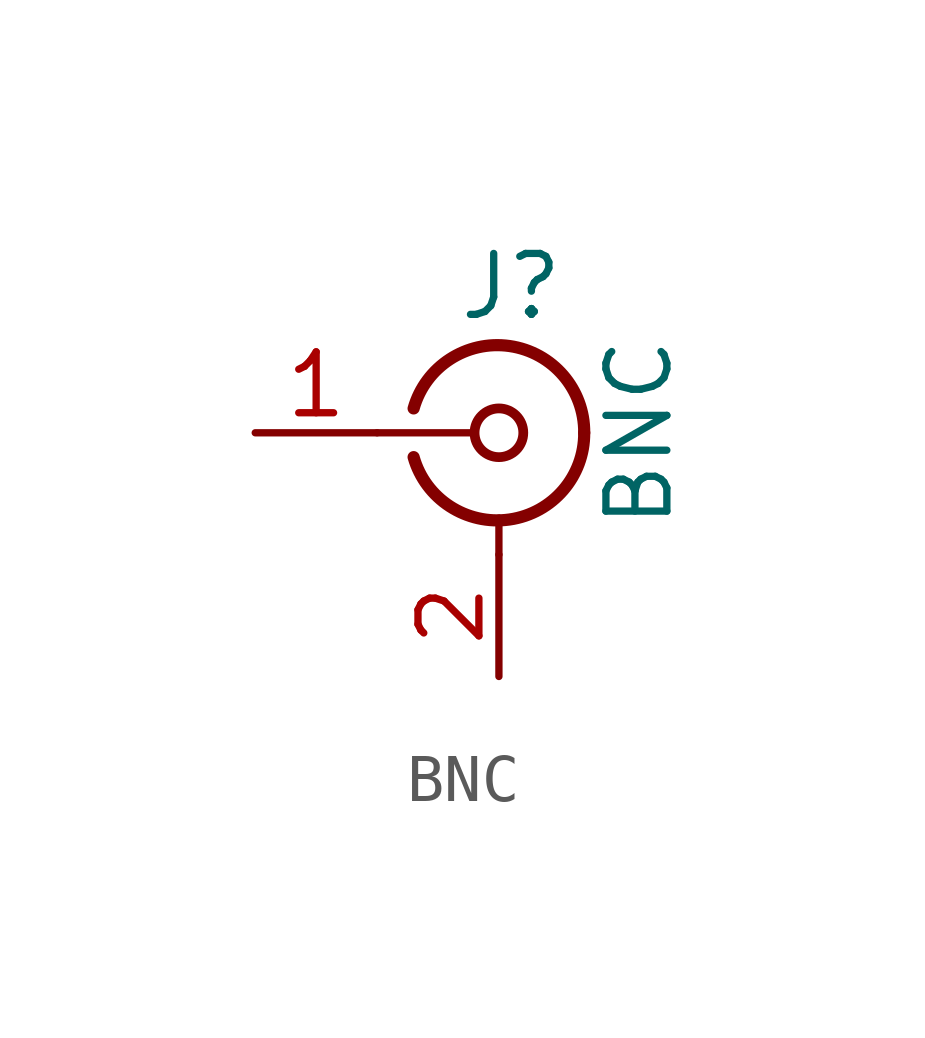
<source format=kicad_sym>
(kicad_symbol_lib
  (version 20211014)
  (generator kicad_symbol_editor)
  (symbol "BNC"
    (pin_names
      (offset 1.016) hide)
    (property "Reference" "J"
      (at 0.254 3.048 0)
      (effects (font (size 1.27 1.27))))
    (property "Value" "BNC"
      (at 2.921 0 90)
      (effects (font (size 1.27 1.27))))
    (symbol "BNC_0_1"
      (arc (start -1.778 -0.508) (mid 0.222 -1.808) (end 1.778 0) (stroke (width 0.254) (type default) (color 0 0 0 0)) (fill (type none)))
      (polyline (pts (xy -2.54 0) (xy -0.508 0)) (stroke (width 0) (type default) (color 0 0 0 0)) (fill (type none)))
      (polyline (pts (xy 0 -2.54) (xy 0 -1.778)) (stroke (width 0) (type default) (color 0 0 0 0)) (fill (type none)))
      (circle (center 0 0) (radius 0.508) (stroke (width 0.203) (type default) (color 0 0 0 0)) (fill (type none)))
      (arc (start 1.778 0) (mid 0.222 1.8083) (end -1.778 0.508) (stroke (width 0.254) (type default) (color 0 0 0 0)) (fill (type none))))
    (symbol "BNC_1_1"
      (pin passive line (at -5.08 0 0) (length 2.54) (name "In" (effects (font (size 1.27 1.27)))) (number "1" (effects (font (size 1.27 1.27)))))
      (pin passive line (at 0 -5.08 90) (length 2.54) (name "Ext" (effects (font (size 1.27 1.27)))) (number "2" (effects (font (size 1.27 1.27))))))))
</source>
